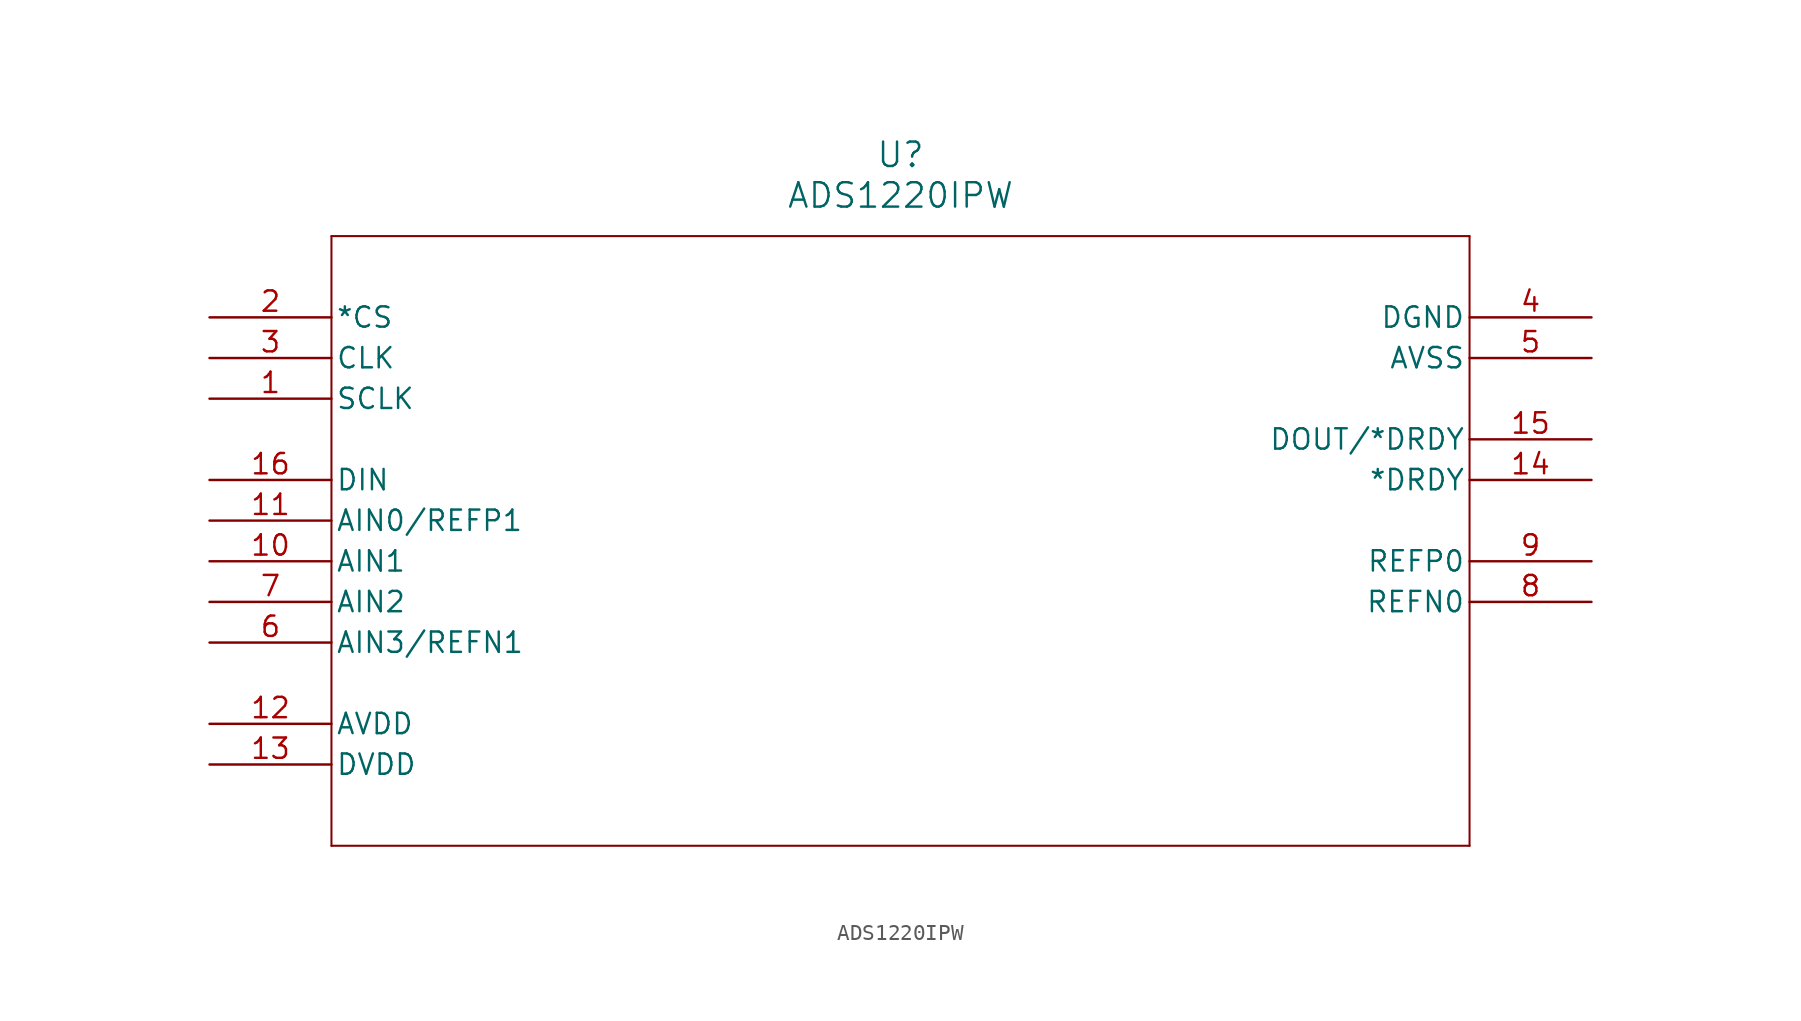
<source format=kicad_sym>
(kicad_symbol_lib
  (version 20211014)
  (generator kicad_symbol_editor)
  (symbol "ADS1220IPW"
    (pin_names
      (offset 0.254))
    (property "Reference" "U"
      (at 43.18 10.16 0)
      (effects (font (size 1.524 1.524))))
    (property "Value" "ADS1220IPW"
      (at 43.18 7.62 0)
      (effects (font (size 1.524 1.524))))
    (symbol "ADS1220IPW_0_1"
      (polyline (pts (xy 7.62 5.08) (xy 7.62 -33.02)) (stroke (width 0.127) (type default) (color 0 0 0 0)) (fill (type none)))
      (polyline (pts (xy 7.62 -33.02) (xy 78.74 -33.02)) (stroke (width 0.127) (type default) (color 0 0 0 0)) (fill (type none)))
      (polyline (pts (xy 78.74 -33.02) (xy 78.74 5.08)) (stroke (width 0.127) (type default) (color 0 0 0 0)) (fill (type none)))
      (polyline (pts (xy 78.74 5.08) (xy 7.62 5.08)) (stroke (width 0.127) (type default) (color 0 0 0 0)) (fill (type none)))
      (pin input line (at 0 -5.08 0) (length 7.62) (name "SCLK" (effects (font (size 1.27 1.27)))) (number "1" (effects (font (size 1.27 1.27)))))
      (pin input line (at 0 0 0) (length 7.62) (name "*CS" (effects (font (size 1.27 1.27)))) (number "2" (effects (font (size 1.27 1.27)))))
      (pin input line (at 0 -2.54 0) (length 7.62) (name "CLK" (effects (font (size 1.27 1.27)))) (number "3" (effects (font (size 1.27 1.27)))))
      (pin power_in line (at 86.36 0 180) (length 7.62) (name "DGND" (effects (font (size 1.27 1.27)))) (number "4" (effects (font (size 1.27 1.27)))))
      (pin power_in line (at 86.36 -2.54 180) (length 7.62) (name "AVSS" (effects (font (size 1.27 1.27)))) (number "5" (effects (font (size 1.27 1.27)))))
      (pin input line (at 0 -20.32 0) (length 7.62) (name "AIN3/REFN1" (effects (font (size 1.27 1.27)))) (number "6" (effects (font (size 1.27 1.27)))))
      (pin input line (at 0 -17.78 0) (length 7.62) (name "AIN2" (effects (font (size 1.27 1.27)))) (number "7" (effects (font (size 1.27 1.27)))))
      (pin input line (at 86.36 -17.78 180) (length 7.62) (name "REFN0" (effects (font (size 1.27 1.27)))) (number "8" (effects (font (size 1.27 1.27)))))
      (pin input line (at 86.36 -15.24 180) (length 7.62) (name "REFP0" (effects (font (size 1.27 1.27)))) (number "9" (effects (font (size 1.27 1.27)))))
      (pin input line (at 0 -15.24 0) (length 7.62) (name "AIN1" (effects (font (size 1.27 1.27)))) (number "10" (effects (font (size 1.27 1.27)))))
      (pin input line (at 0 -12.7 0) (length 7.62) (name "AIN0/REFP1" (effects (font (size 1.27 1.27)))) (number "11" (effects (font (size 1.27 1.27)))))
      (pin power_in line (at 0 -25.4 0) (length 7.62) (name "AVDD" (effects (font (size 1.27 1.27)))) (number "12" (effects (font (size 1.27 1.27)))))
      (pin power_in line (at 0 -27.94 0) (length 7.62) (name "DVDD" (effects (font (size 1.27 1.27)))) (number "13" (effects (font (size 1.27 1.27)))))
      (pin output line (at 86.36 -10.16 180) (length 7.62) (name "*DRDY" (effects (font (size 1.27 1.27)))) (number "14" (effects (font (size 1.27 1.27)))))
      (pin output line (at 86.36 -7.62 180) (length 7.62) (name "DOUT/*DRDY" (effects (font (size 1.27 1.27)))) (number "15" (effects (font (size 1.27 1.27)))))
      (pin input line (at 0 -10.16 0) (length 7.62) (name "DIN" (effects (font (size 1.27 1.27)))) (number "16" (effects (font (size 1.27 1.27))))))))
</source>
